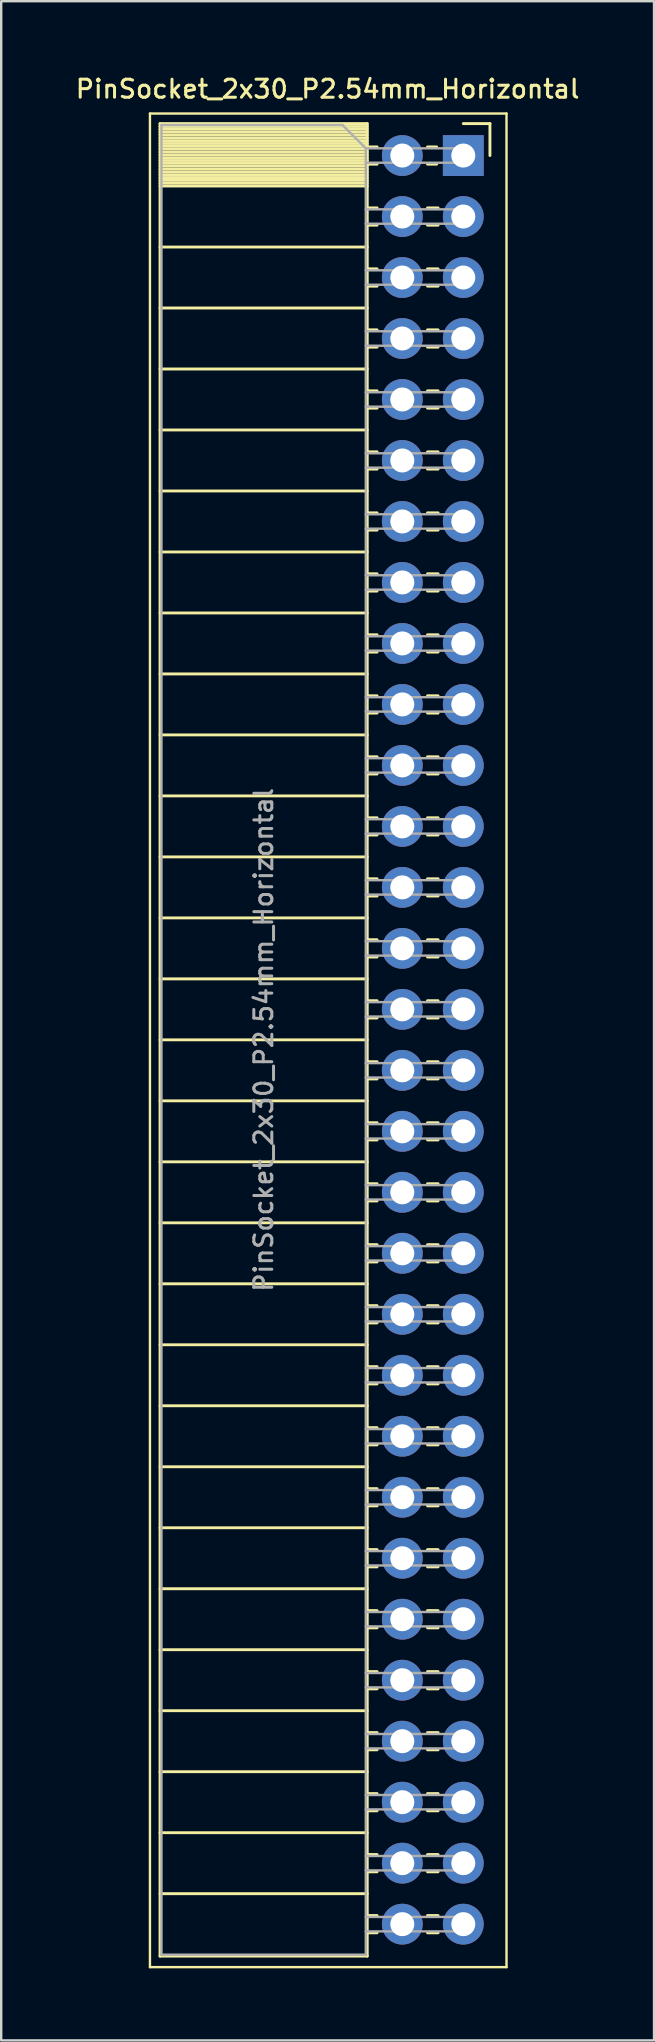
<source format=kicad_pcb>
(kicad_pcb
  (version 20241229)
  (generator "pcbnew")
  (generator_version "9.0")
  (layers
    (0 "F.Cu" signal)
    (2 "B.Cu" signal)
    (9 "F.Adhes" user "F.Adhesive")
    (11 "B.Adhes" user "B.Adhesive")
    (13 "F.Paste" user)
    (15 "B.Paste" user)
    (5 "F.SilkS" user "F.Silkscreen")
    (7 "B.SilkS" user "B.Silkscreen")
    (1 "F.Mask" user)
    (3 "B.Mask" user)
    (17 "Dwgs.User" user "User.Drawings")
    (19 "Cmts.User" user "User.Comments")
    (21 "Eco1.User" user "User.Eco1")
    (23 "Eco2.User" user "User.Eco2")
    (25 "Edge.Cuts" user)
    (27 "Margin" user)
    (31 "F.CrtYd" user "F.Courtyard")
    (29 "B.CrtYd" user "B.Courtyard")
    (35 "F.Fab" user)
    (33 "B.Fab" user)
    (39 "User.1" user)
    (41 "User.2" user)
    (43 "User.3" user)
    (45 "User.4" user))
  (footprint "PinSocket_2x30_P2.54mm_Horizontal"
    (layer "F.Cu")
    (at 16.245 3.428)
    (property "Reference" "PinSocket_2x30_P2.54mm_Horizontal" (at -5.65 -2.77 0) (layer "F.SilkS") (effects (font (size 0.75 0.75) (thickness 0.125))))
    (attr through_hole)
    (fp_line (start -13.05 -1.75) (end -13.05 75.45) (stroke (width 0.1) (type solid)) (layer "F.SilkS"))
    (fp_line (start -13.05 75.45) (end 1.8 75.45) (stroke (width 0.1) (type solid)) (layer "F.SilkS"))
    (fp_line (start -12.63 -1.33) (end -12.63 74.99) (stroke (width 0.12) (type solid)) (layer "F.SilkS"))
    (fp_line (start -12.63 -1.33) (end -4 -1.33) (stroke (width 0.12) (type solid)) (layer "F.SilkS"))
    (fp_line (start -12.63 -1.21) (end -4 -1.21) (stroke (width 0.12) (type solid)) (layer "F.SilkS"))
    (fp_line (start -12.63 -1.092) (end -4 -1.092) (stroke (width 0.12) (type solid)) (layer "F.SilkS"))
    (fp_line (start -12.63 -0.974) (end -4 -0.974) (stroke (width 0.12) (type solid)) (layer "F.SilkS"))
    (fp_line (start -12.63 -0.856) (end -4 -0.856) (stroke (width 0.12) (type solid)) (layer "F.SilkS"))
    (fp_line (start -12.63 -0.738) (end -4 -0.738) (stroke (width 0.12) (type solid)) (layer "F.SilkS"))
    (fp_line (start -12.63 -0.62) (end -4 -0.62) (stroke (width 0.12) (type solid)) (layer "F.SilkS"))
    (fp_line (start -12.63 -0.501) (end -4 -0.501) (stroke (width 0.12) (type solid)) (layer "F.SilkS"))
    (fp_line (start -12.63 -0.383) (end -4 -0.383) (stroke (width 0.12) (type solid)) (layer "F.SilkS"))
    (fp_line (start -12.63 -0.265) (end -4 -0.265) (stroke (width 0.12) (type solid)) (layer "F.SilkS"))
    (fp_line (start -12.63 -0.147) (end -4 -0.147) (stroke (width 0.12) (type solid)) (layer "F.SilkS"))
    (fp_line (start -12.63 -0.029) (end -4 -0.029) (stroke (width 0.12) (type solid)) (layer "F.SilkS"))
    (fp_line (start -12.63 0.089) (end -4 0.089) (stroke (width 0.12) (type solid)) (layer "F.SilkS"))
    (fp_line (start -12.63 0.207) (end -4 0.207) (stroke (width 0.12) (type solid)) (layer "F.SilkS"))
    (fp_line (start -12.63 0.325) (end -4 0.325) (stroke (width 0.12) (type solid)) (layer "F.SilkS"))
    (fp_line (start -12.63 0.443) (end -4 0.443) (stroke (width 0.12) (type solid)) (layer "F.SilkS"))
    (fp_line (start -12.63 0.561) (end -4 0.561) (stroke (width 0.12) (type solid)) (layer "F.SilkS"))
    (fp_line (start -12.63 0.68) (end -4 0.68) (stroke (width 0.12) (type solid)) (layer "F.SilkS"))
    (fp_line (start -12.63 0.798) (end -4 0.798) (stroke (width 0.12) (type solid)) (layer "F.SilkS"))
    (fp_line (start -12.63 0.916) (end -4 0.916) (stroke (width 0.12) (type solid)) (layer "F.SilkS"))
    (fp_line (start -12.63 1.034) (end -4 1.034) (stroke (width 0.12) (type solid)) (layer "F.SilkS"))
    (fp_line (start -12.63 1.152) (end -4 1.152) (stroke (width 0.12) (type solid)) (layer "F.SilkS"))
    (fp_line (start -12.63 1.27) (end -4 1.27) (stroke (width 0.12) (type solid)) (layer "F.SilkS"))
    (fp_line (start -12.63 3.81) (end -4 3.81) (stroke (width 0.12) (type solid)) (layer "F.SilkS"))
    (fp_line (start -12.63 6.35) (end -4 6.35) (stroke (width 0.12) (type solid)) (layer "F.SilkS"))
    (fp_line (start -12.63 8.89) (end -4 8.89) (stroke (width 0.12) (type solid)) (layer "F.SilkS"))
    (fp_line (start -12.63 11.43) (end -4 11.43) (stroke (width 0.12) (type solid)) (layer "F.SilkS"))
    (fp_line (start -12.63 13.97) (end -4 13.97) (stroke (width 0.12) (type solid)) (layer "F.SilkS"))
    (fp_line (start -12.63 16.51) (end -4 16.51) (stroke (width 0.12) (type solid)) (layer "F.SilkS"))
    (fp_line (start -12.63 19.05) (end -4 19.05) (stroke (width 0.12) (type solid)) (layer "F.SilkS"))
    (fp_line (start -12.63 21.59) (end -4 21.59) (stroke (width 0.12) (type solid)) (layer "F.SilkS"))
    (fp_line (start -12.63 24.13) (end -4 24.13) (stroke (width 0.12) (type solid)) (layer "F.SilkS"))
    (fp_line (start -12.63 26.67) (end -4 26.67) (stroke (width 0.12) (type solid)) (layer "F.SilkS"))
    (fp_line (start -12.63 29.21) (end -4 29.21) (stroke (width 0.12) (type solid)) (layer "F.SilkS"))
    (fp_line (start -12.63 31.75) (end -4 31.75) (stroke (width 0.12) (type solid)) (layer "F.SilkS"))
    (fp_line (start -12.63 34.29) (end -4 34.29) (stroke (width 0.12) (type solid)) (layer "F.SilkS"))
    (fp_line (start -12.63 36.83) (end -4 36.83) (stroke (width 0.12) (type solid)) (layer "F.SilkS"))
    (fp_line (start -12.63 39.37) (end -4 39.37) (stroke (width 0.12) (type solid)) (layer "F.SilkS"))
    (fp_line (start -12.63 41.91) (end -4 41.91) (stroke (width 0.12) (type solid)) (layer "F.SilkS"))
    (fp_line (start -12.63 44.45) (end -4 44.45) (stroke (width 0.12) (type solid)) (layer "F.SilkS"))
    (fp_line (start -12.63 46.99) (end -4 46.99) (stroke (width 0.12) (type solid)) (layer "F.SilkS"))
    (fp_line (start -12.63 49.53) (end -4 49.53) (stroke (width 0.12) (type solid)) (layer "F.SilkS"))
    (fp_line (start -12.63 52.07) (end -4 52.07) (stroke (width 0.12) (type solid)) (layer "F.SilkS"))
    (fp_line (start -12.63 54.61) (end -4 54.61) (stroke (width 0.12) (type solid)) (layer "F.SilkS"))
    (fp_line (start -12.63 57.15) (end -4 57.15) (stroke (width 0.12) (type solid)) (layer "F.SilkS"))
    (fp_line (start -12.63 59.69) (end -4 59.69) (stroke (width 0.12) (type solid)) (layer "F.SilkS"))
    (fp_line (start -12.63 62.23) (end -4 62.23) (stroke (width 0.12) (type solid)) (layer "F.SilkS"))
    (fp_line (start -12.63 64.77) (end -4 64.77) (stroke (width 0.12) (type solid)) (layer "F.SilkS"))
    (fp_line (start -12.63 67.31) (end -4 67.31) (stroke (width 0.12) (type solid)) (layer "F.SilkS"))
    (fp_line (start -12.63 69.85) (end -4 69.85) (stroke (width 0.12) (type solid)) (layer "F.SilkS"))
    (fp_line (start -12.63 72.39) (end -4 72.39) (stroke (width 0.12) (type solid)) (layer "F.SilkS"))
    (fp_line (start -12.63 74.99) (end -4 74.99) (stroke (width 0.12) (type solid)) (layer "F.SilkS"))
    (fp_line (start -4 -1.33) (end -4 74.99) (stroke (width 0.12) (type solid)) (layer "F.SilkS"))
    (fp_line (start -4 -0.36) (end -3.59 -0.36) (stroke (width 0.12) (type solid)) (layer "F.SilkS"))
    (fp_line (start -4 0.36) (end -3.59 0.36) (stroke (width 0.12) (type solid)) (layer "F.SilkS"))
    (fp_line (start -4 2.18) (end -3.59 2.18) (stroke (width 0.12) (type solid)) (layer "F.SilkS"))
    (fp_line (start -4 2.9) (end -3.59 2.9) (stroke (width 0.12) (type solid)) (layer "F.SilkS"))
    (fp_line (start -4 4.72) (end -3.59 4.72) (stroke (width 0.12) (type solid)) (layer "F.SilkS"))
    (fp_line (start -4 5.44) (end -3.59 5.44) (stroke (width 0.12) (type solid)) (layer "F.SilkS"))
    (fp_line (start -4 7.26) (end -3.59 7.26) (stroke (width 0.12) (type solid)) (layer "F.SilkS"))
    (fp_line (start -4 7.98) (end -3.59 7.98) (stroke (width 0.12) (type solid)) (layer "F.SilkS"))
    (fp_line (start -4 9.8) (end -3.59 9.8) (stroke (width 0.12) (type solid)) (layer "F.SilkS"))
    (fp_line (start -4 10.52) (end -3.59 10.52) (stroke (width 0.12) (type solid)) (layer "F.SilkS"))
    (fp_line (start -4 12.34) (end -3.59 12.34) (stroke (width 0.12) (type solid)) (layer "F.SilkS"))
    (fp_line (start -4 13.06) (end -3.59 13.06) (stroke (width 0.12) (type solid)) (layer "F.SilkS"))
    (fp_line (start -4 14.88) (end -3.59 14.88) (stroke (width 0.12) (type solid)) (layer "F.SilkS"))
    (fp_line (start -4 15.6) (end -3.59 15.6) (stroke (width 0.12) (type solid)) (layer "F.SilkS"))
    (fp_line (start -4 17.42) (end -3.59 17.42) (stroke (width 0.12) (type solid)) (layer "F.SilkS"))
    (fp_line (start -4 18.14) (end -3.59 18.14) (stroke (width 0.12) (type solid)) (layer "F.SilkS"))
    (fp_line (start -4 19.96) (end -3.59 19.96) (stroke (width 0.12) (type solid)) (layer "F.SilkS"))
    (fp_line (start -4 20.68) (end -3.59 20.68) (stroke (width 0.12) (type solid)) (layer "F.SilkS"))
    (fp_line (start -4 22.5) (end -3.59 22.5) (stroke (width 0.12) (type solid)) (layer "F.SilkS"))
    (fp_line (start -4 23.22) (end -3.59 23.22) (stroke (width 0.12) (type solid)) (layer "F.SilkS"))
    (fp_line (start -4 25.04) (end -3.59 25.04) (stroke (width 0.12) (type solid)) (layer "F.SilkS"))
    (fp_line (start -4 25.76) (end -3.59 25.76) (stroke (width 0.12) (type solid)) (layer "F.SilkS"))
    (fp_line (start -4 27.58) (end -3.59 27.58) (stroke (width 0.12) (type solid)) (layer "F.SilkS"))
    (fp_line (start -4 28.3) (end -3.59 28.3) (stroke (width 0.12) (type solid)) (layer "F.SilkS"))
    (fp_line (start -4 30.12) (end -3.59 30.12) (stroke (width 0.12) (type solid)) (layer "F.SilkS"))
    (fp_line (start -4 30.84) (end -3.59 30.84) (stroke (width 0.12) (type solid)) (layer "F.SilkS"))
    (fp_line (start -4 32.66) (end -3.59 32.66) (stroke (width 0.12) (type solid)) (layer "F.SilkS"))
    (fp_line (start -4 33.38) (end -3.59 33.38) (stroke (width 0.12) (type solid)) (layer "F.SilkS"))
    (fp_line (start -4 35.2) (end -3.59 35.2) (stroke (width 0.12) (type solid)) (layer "F.SilkS"))
    (fp_line (start -4 35.92) (end -3.59 35.92) (stroke (width 0.12) (type solid)) (layer "F.SilkS"))
    (fp_line (start -4 37.74) (end -3.59 37.74) (stroke (width 0.12) (type solid)) (layer "F.SilkS"))
    (fp_line (start -4 38.46) (end -3.59 38.46) (stroke (width 0.12) (type solid)) (layer "F.SilkS"))
    (fp_line (start -4 40.28) (end -3.59 40.28) (stroke (width 0.12) (type solid)) (layer "F.SilkS"))
    (fp_line (start -4 41) (end -3.59 41) (stroke (width 0.12) (type solid)) (layer "F.SilkS"))
    (fp_line (start -4 42.82) (end -3.59 42.82) (stroke (width 0.12) (type solid)) (layer "F.SilkS"))
    (fp_line (start -4 43.54) (end -3.59 43.54) (stroke (width 0.12) (type solid)) (layer "F.SilkS"))
    (fp_line (start -4 45.36) (end -3.59 45.36) (stroke (width 0.12) (type solid)) (layer "F.SilkS"))
    (fp_line (start -4 46.08) (end -3.59 46.08) (stroke (width 0.12) (type solid)) (layer "F.SilkS"))
    (fp_line (start -4 47.9) (end -3.59 47.9) (stroke (width 0.12) (type solid)) (layer "F.SilkS"))
    (fp_line (start -4 48.62) (end -3.59 48.62) (stroke (width 0.12) (type solid)) (layer "F.SilkS"))
    (fp_line (start -4 50.44) (end -3.59 50.44) (stroke (width 0.12) (type solid)) (layer "F.SilkS"))
    (fp_line (start -4 51.16) (end -3.59 51.16) (stroke (width 0.12) (type solid)) (layer "F.SilkS"))
    (fp_line (start -4 52.98) (end -3.59 52.98) (stroke (width 0.12) (type solid)) (layer "F.SilkS"))
    (fp_line (start -4 53.7) (end -3.59 53.7) (stroke (width 0.12) (type solid)) (layer "F.SilkS"))
    (fp_line (start -4 55.52) (end -3.59 55.52) (stroke (width 0.12) (type solid)) (layer "F.SilkS"))
    (fp_line (start -4 56.24) (end -3.59 56.24) (stroke (width 0.12) (type solid)) (layer "F.SilkS"))
    (fp_line (start -4 58.06) (end -3.59 58.06) (stroke (width 0.12) (type solid)) (layer "F.SilkS"))
    (fp_line (start -4 58.78) (end -3.59 58.78) (stroke (width 0.12) (type solid)) (layer "F.SilkS"))
    (fp_line (start -4 60.6) (end -3.59 60.6) (stroke (width 0.12) (type solid)) (layer "F.SilkS"))
    (fp_line (start -4 61.32) (end -3.59 61.32) (stroke (width 0.12) (type solid)) (layer "F.SilkS"))
    (fp_line (start -4 63.14) (end -3.59 63.14) (stroke (width 0.12) (type solid)) (layer "F.SilkS"))
    (fp_line (start -4 63.86) (end -3.59 63.86) (stroke (width 0.12) (type solid)) (layer "F.SilkS"))
    (fp_line (start -4 65.68) (end -3.59 65.68) (stroke (width 0.12) (type solid)) (layer "F.SilkS"))
    (fp_line (start -4 66.4) (end -3.59 66.4) (stroke (width 0.12) (type solid)) (layer "F.SilkS"))
    (fp_line (start -4 68.22) (end -3.59 68.22) (stroke (width 0.12) (type solid)) (layer "F.SilkS"))
    (fp_line (start -4 68.94) (end -3.59 68.94) (stroke (width 0.12) (type solid)) (layer "F.SilkS"))
    (fp_line (start -4 70.76) (end -3.59 70.76) (stroke (width 0.12) (type solid)) (layer "F.SilkS"))
    (fp_line (start -4 71.48) (end -3.59 71.48) (stroke (width 0.12) (type solid)) (layer "F.SilkS"))
    (fp_line (start -4 73.3) (end -3.59 73.3) (stroke (width 0.12) (type solid)) (layer "F.SilkS"))
    (fp_line (start -4 74.02) (end -3.59 74.02) (stroke (width 0.12) (type solid)) (layer "F.SilkS"))
    (fp_line (start -1.49 -0.36) (end -1.11 -0.36) (stroke (width 0.12) (type solid)) (layer "F.SilkS"))
    (fp_line (start -1.49 0.36) (end -1.11 0.36) (stroke (width 0.12) (type solid)) (layer "F.SilkS"))
    (fp_line (start -1.49 2.18) (end -1.05 2.18) (stroke (width 0.12) (type solid)) (layer "F.SilkS"))
    (fp_line (start -1.49 2.9) (end -1.05 2.9) (stroke (width 0.12) (type solid)) (layer "F.SilkS"))
    (fp_line (start -1.49 4.72) (end -1.05 4.72) (stroke (width 0.12) (type solid)) (layer "F.SilkS"))
    (fp_line (start -1.49 5.44) (end -1.05 5.44) (stroke (width 0.12) (type solid)) (layer "F.SilkS"))
    (fp_line (start -1.49 7.26) (end -1.05 7.26) (stroke (width 0.12) (type solid)) (layer "F.SilkS"))
    (fp_line (start -1.49 7.98) (end -1.05 7.98) (stroke (width 0.12) (type solid)) (layer "F.SilkS"))
    (fp_line (start -1.49 9.8) (end -1.05 9.8) (stroke (width 0.12) (type solid)) (layer "F.SilkS"))
    (fp_line (start -1.49 10.52) (end -1.05 10.52) (stroke (width 0.12) (type solid)) (layer "F.SilkS"))
    (fp_line (start -1.49 12.34) (end -1.05 12.34) (stroke (width 0.12) (type solid)) (layer "F.SilkS"))
    (fp_line (start -1.49 13.06) (end -1.05 13.06) (stroke (width 0.12) (type solid)) (layer "F.SilkS"))
    (fp_line (start -1.49 14.88) (end -1.05 14.88) (stroke (width 0.12) (type solid)) (layer "F.SilkS"))
    (fp_line (start -1.49 15.6) (end -1.05 15.6) (stroke (width 0.12) (type solid)) (layer "F.SilkS"))
    (fp_line (start -1.49 17.42) (end -1.05 17.42) (stroke (width 0.12) (type solid)) (layer "F.SilkS"))
    (fp_line (start -1.49 18.14) (end -1.05 18.14) (stroke (width 0.12) (type solid)) (layer "F.SilkS"))
    (fp_line (start -1.49 19.96) (end -1.05 19.96) (stroke (width 0.12) (type solid)) (layer "F.SilkS"))
    (fp_line (start -1.49 20.68) (end -1.05 20.68) (stroke (width 0.12) (type solid)) (layer "F.SilkS"))
    (fp_line (start -1.49 22.5) (end -1.05 22.5) (stroke (width 0.12) (type solid)) (layer "F.SilkS"))
    (fp_line (start -1.49 23.22) (end -1.05 23.22) (stroke (width 0.12) (type solid)) (layer "F.SilkS"))
    (fp_line (start -1.49 25.04) (end -1.05 25.04) (stroke (width 0.12) (type solid)) (layer "F.SilkS"))
    (fp_line (start -1.49 25.76) (end -1.05 25.76) (stroke (width 0.12) (type solid)) (layer "F.SilkS"))
    (fp_line (start -1.49 27.58) (end -1.05 27.58) (stroke (width 0.12) (type solid)) (layer "F.SilkS"))
    (fp_line (start -1.49 28.3) (end -1.05 28.3) (stroke (width 0.12) (type solid)) (layer "F.SilkS"))
    (fp_line (start -1.49 30.12) (end -1.05 30.12) (stroke (width 0.12) (type solid)) (layer "F.SilkS"))
    (fp_line (start -1.49 30.84) (end -1.05 30.84) (stroke (width 0.12) (type solid)) (layer "F.SilkS"))
    (fp_line (start -1.49 32.66) (end -1.05 32.66) (stroke (width 0.12) (type solid)) (layer "F.SilkS"))
    (fp_line (start -1.49 33.38) (end -1.05 33.38) (stroke (width 0.12) (type solid)) (layer "F.SilkS"))
    (fp_line (start -1.49 35.2) (end -1.05 35.2) (stroke (width 0.12) (type solid)) (layer "F.SilkS"))
    (fp_line (start -1.49 35.92) (end -1.05 35.92) (stroke (width 0.12) (type solid)) (layer "F.SilkS"))
    (fp_line (start -1.49 37.74) (end -1.05 37.74) (stroke (width 0.12) (type solid)) (layer "F.SilkS"))
    (fp_line (start -1.49 38.46) (end -1.05 38.46) (stroke (width 0.12) (type solid)) (layer "F.SilkS"))
    (fp_line (start -1.49 40.28) (end -1.05 40.28) (stroke (width 0.12) (type solid)) (layer "F.SilkS"))
    (fp_line (start -1.49 41) (end -1.05 41) (stroke (width 0.12) (type solid)) (layer "F.SilkS"))
    (fp_line (start -1.49 42.82) (end -1.05 42.82) (stroke (width 0.12) (type solid)) (layer "F.SilkS"))
    (fp_line (start -1.49 43.54) (end -1.05 43.54) (stroke (width 0.12) (type solid)) (layer "F.SilkS"))
    (fp_line (start -1.49 45.36) (end -1.05 45.36) (stroke (width 0.12) (type solid)) (layer "F.SilkS"))
    (fp_line (start -1.49 46.08) (end -1.05 46.08) (stroke (width 0.12) (type solid)) (layer "F.SilkS"))
    (fp_line (start -1.49 47.9) (end -1.05 47.9) (stroke (width 0.12) (type solid)) (layer "F.SilkS"))
    (fp_line (start -1.49 48.62) (end -1.05 48.62) (stroke (width 0.12) (type solid)) (layer "F.SilkS"))
    (fp_line (start -1.49 50.44) (end -1.05 50.44) (stroke (width 0.12) (type solid)) (layer "F.SilkS"))
    (fp_line (start -1.49 51.16) (end -1.05 51.16) (stroke (width 0.12) (type solid)) (layer "F.SilkS"))
    (fp_line (start -1.49 52.98) (end -1.05 52.98) (stroke (width 0.12) (type solid)) (layer "F.SilkS"))
    (fp_line (start -1.49 53.7) (end -1.05 53.7) (stroke (width 0.12) (type solid)) (layer "F.SilkS"))
    (fp_line (start -1.49 55.52) (end -1.05 55.52) (stroke (width 0.12) (type solid)) (layer "F.SilkS"))
    (fp_line (start -1.49 56.24) (end -1.05 56.24) (stroke (width 0.12) (type solid)) (layer "F.SilkS"))
    (fp_line (start -1.49 58.06) (end -1.05 58.06) (stroke (width 0.12) (type solid)) (layer "F.SilkS"))
    (fp_line (start -1.49 58.78) (end -1.05 58.78) (stroke (width 0.12) (type solid)) (layer "F.SilkS"))
    (fp_line (start -1.49 60.6) (end -1.05 60.6) (stroke (width 0.12) (type solid)) (layer "F.SilkS"))
    (fp_line (start -1.49 61.32) (end -1.05 61.32) (stroke (width 0.12) (type solid)) (layer "F.SilkS"))
    (fp_line (start -1.49 63.14) (end -1.05 63.14) (stroke (width 0.12) (type solid)) (layer "F.SilkS"))
    (fp_line (start -1.49 63.86) (end -1.05 63.86) (stroke (width 0.12) (type solid)) (layer "F.SilkS"))
    (fp_line (start -1.49 65.68) (end -1.05 65.68) (stroke (width 0.12) (type solid)) (layer "F.SilkS"))
    (fp_line (start -1.49 66.4) (end -1.05 66.4) (stroke (width 0.12) (type solid)) (layer "F.SilkS"))
    (fp_line (start -1.49 68.22) (end -1.05 68.22) (stroke (width 0.12) (type solid)) (layer "F.SilkS"))
    (fp_line (start -1.49 68.94) (end -1.05 68.94) (stroke (width 0.12) (type solid)) (layer "F.SilkS"))
    (fp_line (start -1.49 70.76) (end -1.05 70.76) (stroke (width 0.12) (type solid)) (layer "F.SilkS"))
    (fp_line (start -1.49 71.48) (end -1.05 71.48) (stroke (width 0.12) (type solid)) (layer "F.SilkS"))
    (fp_line (start -1.49 73.3) (end -1.05 73.3) (stroke (width 0.12) (type solid)) (layer "F.SilkS"))
    (fp_line (start -1.49 74.02) (end -1.05 74.02) (stroke (width 0.12) (type solid)) (layer "F.SilkS"))
    (fp_line (start 0 -1.33) (end 1.11 -1.33) (stroke (width 0.12) (type solid)) (layer "F.SilkS"))
    (fp_line (start 1.11 -1.33) (end 1.11 0) (stroke (width 0.12) (type solid)) (layer "F.SilkS"))
    (fp_line (start 1.8 -1.75) (end -13.05 -1.75) (stroke (width 0.1) (type solid)) (layer "F.SilkS"))
    (fp_line (start 1.8 75.45) (end 1.8 -1.75) (stroke (width 0.1) (type solid)) (layer "F.SilkS"))
    (fp_line (start -12.57 -1.27) (end -5.03 -1.27) (stroke (width 0.1) (type solid)) (layer "F.Fab"))
    (fp_line (start -12.57 74.93) (end -12.57 -1.27) (stroke (width 0.1) (type solid)) (layer "F.Fab"))
    (fp_line (start -5.03 -1.27) (end -4.06 -0.3) (stroke (width 0.1) (type solid)) (layer "F.Fab"))
    (fp_line (start -4.06 -0.3) (end -4.06 74.93) (stroke (width 0.1) (type solid)) (layer "F.Fab"))
    (fp_line (start -4.06 0.3) (end 0 0.3) (stroke (width 0.1) (type solid)) (layer "F.Fab"))
    (fp_line (start -4.06 2.84) (end 0 2.84) (stroke (width 0.1) (type solid)) (layer "F.Fab"))
    (fp_line (start -4.06 5.38) (end 0 5.38) (stroke (width 0.1) (type solid)) (layer "F.Fab"))
    (fp_line (start -4.06 7.92) (end 0 7.92) (stroke (width 0.1) (type solid)) (layer "F.Fab"))
    (fp_line (start -4.06 10.46) (end 0 10.46) (stroke (width 0.1) (type solid)) (layer "F.Fab"))
    (fp_line (start -4.06 13) (end 0 13) (stroke (width 0.1) (type solid)) (layer "F.Fab"))
    (fp_line (start -4.06 15.54) (end 0 15.54) (stroke (width 0.1) (type solid)) (layer "F.Fab"))
    (fp_line (start -4.06 18.08) (end 0 18.08) (stroke (width 0.1) (type solid)) (layer "F.Fab"))
    (fp_line (start -4.06 20.62) (end 0 20.62) (stroke (width 0.1) (type solid)) (layer "F.Fab"))
    (fp_line (start -4.06 23.16) (end 0 23.16) (stroke (width 0.1) (type solid)) (layer "F.Fab"))
    (fp_line (start -4.06 25.7) (end 0 25.7) (stroke (width 0.1) (type solid)) (layer "F.Fab"))
    (fp_line (start -4.06 28.24) (end 0 28.24) (stroke (width 0.1) (type solid)) (layer "F.Fab"))
    (fp_line (start -4.06 30.78) (end 0 30.78) (stroke (width 0.1) (type solid)) (layer "F.Fab"))
    (fp_line (start -4.06 33.32) (end 0 33.32) (stroke (width 0.1) (type solid)) (layer "F.Fab"))
    (fp_line (start -4.06 35.86) (end 0 35.86) (stroke (width 0.1) (type solid)) (layer "F.Fab"))
    (fp_line (start -4.06 38.4) (end 0 38.4) (stroke (width 0.1) (type solid)) (layer "F.Fab"))
    (fp_line (start -4.06 40.94) (end 0 40.94) (stroke (width 0.1) (type solid)) (layer "F.Fab"))
    (fp_line (start -4.06 43.48) (end 0 43.48) (stroke (width 0.1) (type solid)) (layer "F.Fab"))
    (fp_line (start -4.06 46.02) (end 0 46.02) (stroke (width 0.1) (type solid)) (layer "F.Fab"))
    (fp_line (start -4.06 48.56) (end 0 48.56) (stroke (width 0.1) (type solid)) (layer "F.Fab"))
    (fp_line (start -4.06 51.1) (end 0 51.1) (stroke (width 0.1) (type solid)) (layer "F.Fab"))
    (fp_line (start -4.06 53.64) (end 0 53.64) (stroke (width 0.1) (type solid)) (layer "F.Fab"))
    (fp_line (start -4.06 56.18) (end 0 56.18) (stroke (width 0.1) (type solid)) (layer "F.Fab"))
    (fp_line (start -4.06 58.72) (end 0 58.72) (stroke (width 0.1) (type solid)) (layer "F.Fab"))
    (fp_line (start -4.06 61.26) (end 0 61.26) (stroke (width 0.1) (type solid)) (layer "F.Fab"))
    (fp_line (start -4.06 63.8) (end 0 63.8) (stroke (width 0.1) (type solid)) (layer "F.Fab"))
    (fp_line (start -4.06 66.34) (end 0 66.34) (stroke (width 0.1) (type solid)) (layer "F.Fab"))
    (fp_line (start -4.06 68.88) (end 0 68.88) (stroke (width 0.1) (type solid)) (layer "F.Fab"))
    (fp_line (start -4.06 71.42) (end 0 71.42) (stroke (width 0.1) (type solid)) (layer "F.Fab"))
    (fp_line (start -4.06 73.96) (end 0 73.96) (stroke (width 0.1) (type solid)) (layer "F.Fab"))
    (fp_line (start -4.06 74.93) (end -12.57 74.93) (stroke (width 0.1) (type solid)) (layer "F.Fab"))
    (fp_line (start 0 -0.3) (end -4.06 -0.3) (stroke (width 0.1) (type solid)) (layer "F.Fab"))
    (fp_line (start 0 0.3) (end 0 -0.3) (stroke (width 0.1) (type solid)) (layer "F.Fab"))
    (fp_line (start 0 2.24) (end -4.06 2.24) (stroke (width 0.1) (type solid)) (layer "F.Fab"))
    (fp_line (start 0 2.84) (end 0 2.24) (stroke (width 0.1) (type solid)) (layer "F.Fab"))
    (fp_line (start 0 4.78) (end -4.06 4.78) (stroke (width 0.1) (type solid)) (layer "F.Fab"))
    (fp_line (start 0 5.38) (end 0 4.78) (stroke (width 0.1) (type solid)) (layer "F.Fab"))
    (fp_line (start 0 7.32) (end -4.06 7.32) (stroke (width 0.1) (type solid)) (layer "F.Fab"))
    (fp_line (start 0 7.92) (end 0 7.32) (stroke (width 0.1) (type solid)) (layer "F.Fab"))
    (fp_line (start 0 9.86) (end -4.06 9.86) (stroke (width 0.1) (type solid)) (layer "F.Fab"))
    (fp_line (start 0 10.46) (end 0 9.86) (stroke (width 0.1) (type solid)) (layer "F.Fab"))
    (fp_line (start 0 12.4) (end -4.06 12.4) (stroke (width 0.1) (type solid)) (layer "F.Fab"))
    (fp_line (start 0 13) (end 0 12.4) (stroke (width 0.1) (type solid)) (layer "F.Fab"))
    (fp_line (start 0 14.94) (end -4.06 14.94) (stroke (width 0.1) (type solid)) (layer "F.Fab"))
    (fp_line (start 0 15.54) (end 0 14.94) (stroke (width 0.1) (type solid)) (layer "F.Fab"))
    (fp_line (start 0 17.48) (end -4.06 17.48) (stroke (width 0.1) (type solid)) (layer "F.Fab"))
    (fp_line (start 0 18.08) (end 0 17.48) (stroke (width 0.1) (type solid)) (layer "F.Fab"))
    (fp_line (start 0 20.02) (end -4.06 20.02) (stroke (width 0.1) (type solid)) (layer "F.Fab"))
    (fp_line (start 0 20.62) (end 0 20.02) (stroke (width 0.1) (type solid)) (layer "F.Fab"))
    (fp_line (start 0 22.56) (end -4.06 22.56) (stroke (width 0.1) (type solid)) (layer "F.Fab"))
    (fp_line (start 0 23.16) (end 0 22.56) (stroke (width 0.1) (type solid)) (layer "F.Fab"))
    (fp_line (start 0 25.1) (end -4.06 25.1) (stroke (width 0.1) (type solid)) (layer "F.Fab"))
    (fp_line (start 0 25.7) (end 0 25.1) (stroke (width 0.1) (type solid)) (layer "F.Fab"))
    (fp_line (start 0 27.64) (end -4.06 27.64) (stroke (width 0.1) (type solid)) (layer "F.Fab"))
    (fp_line (start 0 28.24) (end 0 27.64) (stroke (width 0.1) (type solid)) (layer "F.Fab"))
    (fp_line (start 0 30.18) (end -4.06 30.18) (stroke (width 0.1) (type solid)) (layer "F.Fab"))
    (fp_line (start 0 30.78) (end 0 30.18) (stroke (width 0.1) (type solid)) (layer "F.Fab"))
    (fp_line (start 0 32.72) (end -4.06 32.72) (stroke (width 0.1) (type solid)) (layer "F.Fab"))
    (fp_line (start 0 33.32) (end 0 32.72) (stroke (width 0.1) (type solid)) (layer "F.Fab"))
    (fp_line (start 0 35.26) (end -4.06 35.26) (stroke (width 0.1) (type solid)) (layer "F.Fab"))
    (fp_line (start 0 35.86) (end 0 35.26) (stroke (width 0.1) (type solid)) (layer "F.Fab"))
    (fp_line (start 0 37.8) (end -4.06 37.8) (stroke (width 0.1) (type solid)) (layer "F.Fab"))
    (fp_line (start 0 38.4) (end 0 37.8) (stroke (width 0.1) (type solid)) (layer "F.Fab"))
    (fp_line (start 0 40.34) (end -4.06 40.34) (stroke (width 0.1) (type solid)) (layer "F.Fab"))
    (fp_line (start 0 40.94) (end 0 40.34) (stroke (width 0.1) (type solid)) (layer "F.Fab"))
    (fp_line (start 0 42.88) (end -4.06 42.88) (stroke (width 0.1) (type solid)) (layer "F.Fab"))
    (fp_line (start 0 43.48) (end 0 42.88) (stroke (width 0.1) (type solid)) (layer "F.Fab"))
    (fp_line (start 0 45.42) (end -4.06 45.42) (stroke (width 0.1) (type solid)) (layer "F.Fab"))
    (fp_line (start 0 46.02) (end 0 45.42) (stroke (width 0.1) (type solid)) (layer "F.Fab"))
    (fp_line (start 0 47.96) (end -4.06 47.96) (stroke (width 0.1) (type solid)) (layer "F.Fab"))
    (fp_line (start 0 48.56) (end 0 47.96) (stroke (width 0.1) (type solid)) (layer "F.Fab"))
    (fp_line (start 0 50.5) (end -4.06 50.5) (stroke (width 0.1) (type solid)) (layer "F.Fab"))
    (fp_line (start 0 51.1) (end 0 50.5) (stroke (width 0.1) (type solid)) (layer "F.Fab"))
    (fp_line (start 0 53.04) (end -4.06 53.04) (stroke (width 0.1) (type solid)) (layer "F.Fab"))
    (fp_line (start 0 53.64) (end 0 53.04) (stroke (width 0.1) (type solid)) (layer "F.Fab"))
    (fp_line (start 0 55.58) (end -4.06 55.58) (stroke (width 0.1) (type solid)) (layer "F.Fab"))
    (fp_line (start 0 56.18) (end 0 55.58) (stroke (width 0.1) (type solid)) (layer "F.Fab"))
    (fp_line (start 0 58.12) (end -4.06 58.12) (stroke (width 0.1) (type solid)) (layer "F.Fab"))
    (fp_line (start 0 58.72) (end 0 58.12) (stroke (width 0.1) (type solid)) (layer "F.Fab"))
    (fp_line (start 0 60.66) (end -4.06 60.66) (stroke (width 0.1) (type solid)) (layer "F.Fab"))
    (fp_line (start 0 61.26) (end 0 60.66) (stroke (width 0.1) (type solid)) (layer "F.Fab"))
    (fp_line (start 0 63.2) (end -4.06 63.2) (stroke (width 0.1) (type solid)) (layer "F.Fab"))
    (fp_line (start 0 63.8) (end 0 63.2) (stroke (width 0.1) (type solid)) (layer "F.Fab"))
    (fp_line (start 0 65.74) (end -4.06 65.74) (stroke (width 0.1) (type solid)) (layer "F.Fab"))
    (fp_line (start 0 66.34) (end 0 65.74) (stroke (width 0.1) (type solid)) (layer "F.Fab"))
    (fp_line (start 0 68.28) (end -4.06 68.28) (stroke (width 0.1) (type solid)) (layer "F.Fab"))
    (fp_line (start 0 68.88) (end 0 68.28) (stroke (width 0.1) (type solid)) (layer "F.Fab"))
    (fp_line (start 0 70.82) (end -4.06 70.82) (stroke (width 0.1) (type solid)) (layer "F.Fab"))
    (fp_line (start 0 71.42) (end 0 70.82) (stroke (width 0.1) (type solid)) (layer "F.Fab"))
    (fp_line (start 0 73.36) (end -4.06 73.36) (stroke (width 0.1) (type solid)) (layer "F.Fab"))
    (fp_line (start 0 73.96) (end 0 73.36) (stroke (width 0.1) (type solid)) (layer "F.Fab"))
    (fp_text user "${REFERENCE}" (at -8.315 36.83 90) (layer "F.Fab") (effects (font (size 0.75 0.75) (thickness 0.125))))
    (pad "1" thru_hole rect (at 0 0) (size 1.7 1.7) (drill 1) (layers "*.Cu" "*.Mask"))
    (pad "2" thru_hole oval (at -2.54 0) (size 1.7 1.7) (drill 1) (layers "*.Cu" "*.Mask"))
    (pad "3" thru_hole oval (at 0 2.54) (size 1.7 1.7) (drill 1) (layers "*.Cu" "*.Mask"))
    (pad "4" thru_hole oval (at -2.54 2.54) (size 1.7 1.7) (drill 1) (layers "*.Cu" "*.Mask"))
    (pad "5" thru_hole oval (at 0 5.08) (size 1.7 1.7) (drill 1) (layers "*.Cu" "*.Mask"))
    (pad "6" thru_hole oval (at -2.54 5.08) (size 1.7 1.7) (drill 1) (layers "*.Cu" "*.Mask"))
    (pad "7" thru_hole oval (at 0 7.62) (size 1.7 1.7) (drill 1) (layers "*.Cu" "*.Mask"))
    (pad "8" thru_hole oval (at -2.54 7.62) (size 1.7 1.7) (drill 1) (layers "*.Cu" "*.Mask"))
    (pad "9" thru_hole oval (at 0 10.16) (size 1.7 1.7) (drill 1) (layers "*.Cu" "*.Mask"))
    (pad "10" thru_hole oval (at -2.54 10.16) (size 1.7 1.7) (drill 1) (layers "*.Cu" "*.Mask"))
    (pad "11" thru_hole oval (at 0 12.7) (size 1.7 1.7) (drill 1) (layers "*.Cu" "*.Mask"))
    (pad "12" thru_hole oval (at -2.54 12.7) (size 1.7 1.7) (drill 1) (layers "*.Cu" "*.Mask"))
    (pad "13" thru_hole oval (at 0 15.24) (size 1.7 1.7) (drill 1) (layers "*.Cu" "*.Mask"))
    (pad "14" thru_hole oval (at -2.54 15.24) (size 1.7 1.7) (drill 1) (layers "*.Cu" "*.Mask"))
    (pad "15" thru_hole oval (at 0 17.78) (size 1.7 1.7) (drill 1) (layers "*.Cu" "*.Mask"))
    (pad "16" thru_hole oval (at -2.54 17.78) (size 1.7 1.7) (drill 1) (layers "*.Cu" "*.Mask"))
    (pad "17" thru_hole oval (at 0 20.32) (size 1.7 1.7) (drill 1) (layers "*.Cu" "*.Mask"))
    (pad "18" thru_hole oval (at -2.54 20.32) (size 1.7 1.7) (drill 1) (layers "*.Cu" "*.Mask"))
    (pad "19" thru_hole oval (at 0 22.86) (size 1.7 1.7) (drill 1) (layers "*.Cu" "*.Mask"))
    (pad "20" thru_hole oval (at -2.54 22.86) (size 1.7 1.7) (drill 1) (layers "*.Cu" "*.Mask"))
    (pad "21" thru_hole oval (at 0 25.4) (size 1.7 1.7) (drill 1) (layers "*.Cu" "*.Mask"))
    (pad "22" thru_hole oval (at -2.54 25.4) (size 1.7 1.7) (drill 1) (layers "*.Cu" "*.Mask"))
    (pad "23" thru_hole oval (at 0 27.94) (size 1.7 1.7) (drill 1) (layers "*.Cu" "*.Mask"))
    (pad "24" thru_hole oval (at -2.54 27.94) (size 1.7 1.7) (drill 1) (layers "*.Cu" "*.Mask"))
    (pad "25" thru_hole oval (at 0 30.48) (size 1.7 1.7) (drill 1) (layers "*.Cu" "*.Mask"))
    (pad "26" thru_hole oval (at -2.54 30.48) (size 1.7 1.7) (drill 1) (layers "*.Cu" "*.Mask"))
    (pad "27" thru_hole oval (at 0 33.02) (size 1.7 1.7) (drill 1) (layers "*.Cu" "*.Mask"))
    (pad "28" thru_hole oval (at -2.54 33.02) (size 1.7 1.7) (drill 1) (layers "*.Cu" "*.Mask"))
    (pad "29" thru_hole oval (at 0 35.56) (size 1.7 1.7) (drill 1) (layers "*.Cu" "*.Mask"))
    (pad "30" thru_hole oval (at -2.54 35.56) (size 1.7 1.7) (drill 1) (layers "*.Cu" "*.Mask"))
    (pad "31" thru_hole oval (at 0 38.1) (size 1.7 1.7) (drill 1) (layers "*.Cu" "*.Mask"))
    (pad "32" thru_hole oval (at -2.54 38.1) (size 1.7 1.7) (drill 1) (layers "*.Cu" "*.Mask"))
    (pad "33" thru_hole oval (at 0 40.64) (size 1.7 1.7) (drill 1) (layers "*.Cu" "*.Mask"))
    (pad "34" thru_hole oval (at -2.54 40.64) (size 1.7 1.7) (drill 1) (layers "*.Cu" "*.Mask"))
    (pad "35" thru_hole oval (at 0 43.18) (size 1.7 1.7) (drill 1) (layers "*.Cu" "*.Mask"))
    (pad "36" thru_hole oval (at -2.54 43.18) (size 1.7 1.7) (drill 1) (layers "*.Cu" "*.Mask"))
    (pad "37" thru_hole oval (at 0 45.72) (size 1.7 1.7) (drill 1) (layers "*.Cu" "*.Mask"))
    (pad "38" thru_hole oval (at -2.54 45.72) (size 1.7 1.7) (drill 1) (layers "*.Cu" "*.Mask"))
    (pad "39" thru_hole oval (at 0 48.26) (size 1.7 1.7) (drill 1) (layers "*.Cu" "*.Mask"))
    (pad "40" thru_hole oval (at -2.54 48.26) (size 1.7 1.7) (drill 1) (layers "*.Cu" "*.Mask"))
    (pad "41" thru_hole oval (at 0 50.8) (size 1.7 1.7) (drill 1) (layers "*.Cu" "*.Mask"))
    (pad "42" thru_hole oval (at -2.54 50.8) (size 1.7 1.7) (drill 1) (layers "*.Cu" "*.Mask"))
    (pad "43" thru_hole oval (at 0 53.34) (size 1.7 1.7) (drill 1) (layers "*.Cu" "*.Mask"))
    (pad "44" thru_hole oval (at -2.54 53.34) (size 1.7 1.7) (drill 1) (layers "*.Cu" "*.Mask"))
    (pad "45" thru_hole oval (at 0 55.88) (size 1.7 1.7) (drill 1) (layers "*.Cu" "*.Mask"))
    (pad "46" thru_hole oval (at -2.54 55.88) (size 1.7 1.7) (drill 1) (layers "*.Cu" "*.Mask"))
    (pad "47" thru_hole oval (at 0 58.42) (size 1.7 1.7) (drill 1) (layers "*.Cu" "*.Mask"))
    (pad "48" thru_hole oval (at -2.54 58.42) (size 1.7 1.7) (drill 1) (layers "*.Cu" "*.Mask"))
    (pad "49" thru_hole oval (at 0 60.96) (size 1.7 1.7) (drill 1) (layers "*.Cu" "*.Mask"))
    (pad "50" thru_hole oval (at -2.54 60.96) (size 1.7 1.7) (drill 1) (layers "*.Cu" "*.Mask"))
    (pad "51" thru_hole oval (at 0 63.5) (size 1.7 1.7) (drill 1) (layers "*.Cu" "*.Mask"))
    (pad "52" thru_hole oval (at -2.54 63.5) (size 1.7 1.7) (drill 1) (layers "*.Cu" "*.Mask"))
    (pad "53" thru_hole oval (at 0 66.04) (size 1.7 1.7) (drill 1) (layers "*.Cu" "*.Mask"))
    (pad "54" thru_hole oval (at -2.54 66.04) (size 1.7 1.7) (drill 1) (layers "*.Cu" "*.Mask"))
    (pad "55" thru_hole oval (at 0 68.58) (size 1.7 1.7) (drill 1) (layers "*.Cu" "*.Mask"))
    (pad "56" thru_hole oval (at -2.54 68.58) (size 1.7 1.7) (drill 1) (layers "*.Cu" "*.Mask"))
    (pad "57" thru_hole oval (at 0 71.12) (size 1.7 1.7) (drill 1) (layers "*.Cu" "*.Mask"))
    (pad "58" thru_hole oval (at -2.54 71.12) (size 1.7 1.7) (drill 1) (layers "*.Cu" "*.Mask"))
    (pad "59" thru_hole oval (at 0 73.66) (size 1.7 1.7) (drill 1) (layers "*.Cu" "*.Mask"))
    (pad "60" thru_hole oval (at -2.54 73.66) (size 1.7 1.7) (drill 1) (layers "*.Cu" "*.Mask")))
  (gr_rect
    (start -3 -3)
    (end 24.189 81.928)
    (stroke (width 0.1) (type default))
    (fill no)
    (layer "Edge.Cuts")))
</source>
